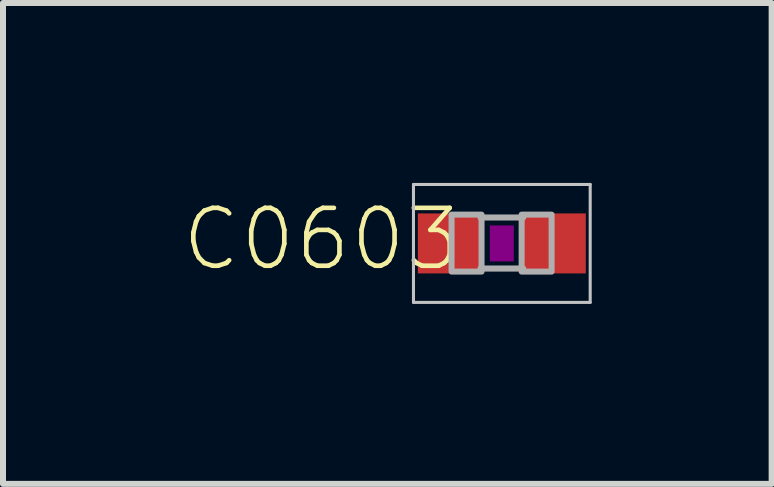
<source format=kicad_pcb>
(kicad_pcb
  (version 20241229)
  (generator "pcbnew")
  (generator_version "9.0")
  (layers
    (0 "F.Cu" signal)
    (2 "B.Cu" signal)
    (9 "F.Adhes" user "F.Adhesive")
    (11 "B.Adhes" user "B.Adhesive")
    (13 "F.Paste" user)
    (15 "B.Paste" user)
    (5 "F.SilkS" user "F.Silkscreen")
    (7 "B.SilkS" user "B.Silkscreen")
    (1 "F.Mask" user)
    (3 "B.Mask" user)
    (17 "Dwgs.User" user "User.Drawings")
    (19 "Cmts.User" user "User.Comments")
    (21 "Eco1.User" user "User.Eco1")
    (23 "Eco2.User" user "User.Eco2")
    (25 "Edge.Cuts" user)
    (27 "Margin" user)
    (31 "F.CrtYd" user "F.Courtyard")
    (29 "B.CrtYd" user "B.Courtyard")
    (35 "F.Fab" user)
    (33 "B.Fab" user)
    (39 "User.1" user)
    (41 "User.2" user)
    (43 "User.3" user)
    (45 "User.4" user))
  (footprint "C0603"
    (layer "F.Cu")
    (at 5.316 1.008)
    (property "Reference" "C0603" (at -0.635 -0.635 180) (layer "F.SilkS") (effects (font (size 0.965 0.965) (thickness 0.077)) (justify right top)))
    (attr smd)
    (fp_poly (pts (xy -0.2 0.3) (xy 0.2 0.3) (xy 0.2 -0.3) (xy -0.2 -0.3)) (stroke (width 0) (type solid)) (fill yes) (layer "F.Adhes"))
    (fp_line (start -1.473 -0.983) (end 1.473 -0.983) (stroke (width 0.051) (type solid)) (layer "Dwgs.User"))
    (fp_line (start -1.473 0.983) (end -1.473 -0.983) (stroke (width 0.051) (type solid)) (layer "Dwgs.User"))
    (fp_line (start 1.473 -0.983) (end 1.473 0.983) (stroke (width 0.051) (type solid)) (layer "Dwgs.User"))
    (fp_line (start 1.473 0.983) (end -1.473 0.983) (stroke (width 0.051) (type solid)) (layer "Dwgs.User"))
    (fp_line (start -0.356 -0.432) (end 0.356 -0.432) (stroke (width 0.102) (type solid)) (layer "F.Fab"))
    (fp_line (start -0.356 0.419) (end 0.356 0.419) (stroke (width 0.102) (type solid)) (layer "F.Fab"))
    (fp_poly (pts (xy -0.838 0.47) (xy -0.338 0.47) (xy -0.338 -0.48) (xy -0.838 -0.48)) (stroke (width 0.1) (type solid)) (fill no) (layer "F.Fab"))
    (fp_poly (pts (xy 0.33 0.47) (xy 0.83 0.47) (xy 0.83 -0.48) (xy 0.33 -0.48)) (stroke (width 0.1) (type solid)) (fill no) (layer "F.Fab"))
    (pad "1" smd rect (at -0.85 0) (size 1.1 1) (layers "F.Cu" "F.Mask" "F.Paste"))
    (pad "2" smd rect (at 0.85 0) (size 1.1 1) (layers "F.Cu" "F.Mask" "F.Paste")))
  (gr_rect
    (start -3 -3)
    (end 9.814 5.017)
    (stroke (width 0.1) (type default))
    (fill no)
    (layer "Edge.Cuts")))
</source>
